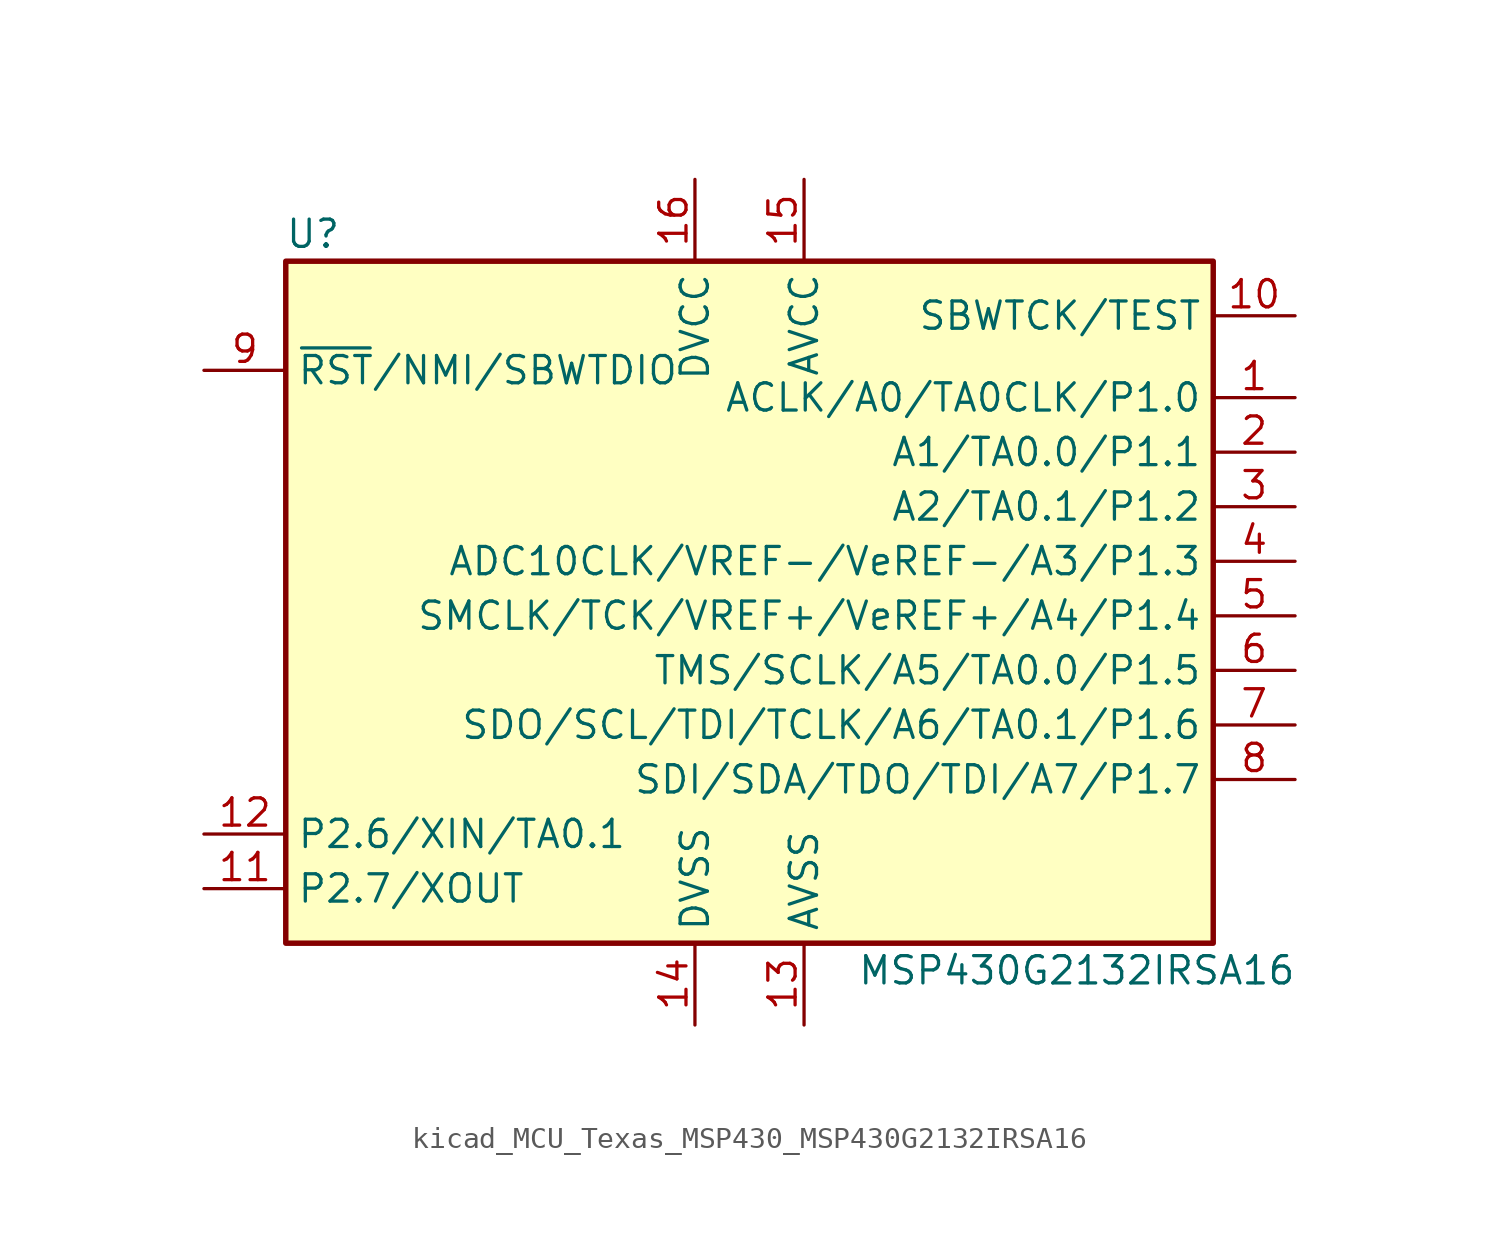
<source format=kicad_sym>
(kicad_symbol_lib
  (version 20220914)
  (generator kicad_symbol_editor)
  (symbol "kicad_MCU_Texas_MSP430_MSP430G2132IRSA16"
    (property "Reference" "U"
      (at -20.32 17.78 0)
      (effects (font (size 1.27 1.27))))
    (property "Value" "MSP430G2132IRSA16"
      (at 15.24 -16.51 0)
      (effects (font (size 1.27 1.27))))
    (symbol "kicad_MCU_Texas_MSP430_MSP430G2132IRSA16_0_1"
      (rectangle (start -21.59 16.51) (end 21.59 -15.24) (stroke (width 0.254) (type default)) (fill (type background))))
    (symbol "kicad_MCU_Texas_MSP430_MSP430G2132IRSA16_1_1"
      (pin bidirectional line (at 25.4 10.16 180) (length 3.81) (name "ACLK/A0/TA0CLK/P1.0" (effects (font (size 1.27 1.27)))) (number "1" (effects (font (size 1.27 1.27)))))
      (pin input line (at 25.4 13.97 180) (length 3.81) (name "SBWTCK/TEST" (effects (font (size 1.27 1.27)))) (number "10" (effects (font (size 1.27 1.27)))))
      (pin bidirectional line (at -25.4 -12.7 0) (length 3.81) (name "P2.7/XOUT" (effects (font (size 1.27 1.27)))) (number "11" (effects (font (size 1.27 1.27)))))
      (pin bidirectional line (at -25.4 -10.16 0) (length 3.81) (name "P2.6/XIN/TA0.1" (effects (font (size 1.27 1.27)))) (number "12" (effects (font (size 1.27 1.27)))))
      (pin power_in line (at 2.54 -19.05 90) (length 3.81) (name "AVSS" (effects (font (size 1.27 1.27)))) (number "13" (effects (font (size 1.27 1.27)))))
      (pin power_in line (at -2.54 -19.05 90) (length 3.81) (name "DVSS" (effects (font (size 1.27 1.27)))) (number "14" (effects (font (size 1.27 1.27)))))
      (pin power_in line (at 2.54 20.32 270) (length 3.81) (name "AVCC" (effects (font (size 1.27 1.27)))) (number "15" (effects (font (size 1.27 1.27)))))
      (pin power_in line (at -2.54 20.32 270) (length 3.81) (name "DVCC" (effects (font (size 1.27 1.27)))) (number "16" (effects (font (size 1.27 1.27)))))
      (pin bidirectional line (at 25.4 7.62 180) (length 3.81) (name "A1/TA0.0/P1.1" (effects (font (size 1.27 1.27)))) (number "2" (effects (font (size 1.27 1.27)))))
      (pin bidirectional line (at 25.4 5.08 180) (length 3.81) (name "A2/TA0.1/P1.2" (effects (font (size 1.27 1.27)))) (number "3" (effects (font (size 1.27 1.27)))))
      (pin bidirectional line (at 25.4 2.54 180) (length 3.81) (name "ADC10CLK/VREF-/VeREF-/A3/P1.3" (effects (font (size 1.27 1.27)))) (number "4" (effects (font (size 1.27 1.27)))))
      (pin bidirectional line (at 25.4 0 180) (length 3.81) (name "SMCLK/TCK/VREF+/VeREF+/A4/P1.4" (effects (font (size 1.27 1.27)))) (number "5" (effects (font (size 1.27 1.27)))))
      (pin bidirectional line (at 25.4 -2.54 180) (length 3.81) (name "TMS/SCLK/A5/TA0.0/P1.5" (effects (font (size 1.27 1.27)))) (number "6" (effects (font (size 1.27 1.27)))))
      (pin bidirectional line (at 25.4 -5.08 180) (length 3.81) (name "SDO/SCL/TDI/TCLK/A6/TA0.1/P1.6" (effects (font (size 1.27 1.27)))) (number "7" (effects (font (size 1.27 1.27)))))
      (pin bidirectional line (at 25.4 -7.62 180) (length 3.81) (name "SDI/SDA/TDO/TDI/A7/P1.7" (effects (font (size 1.27 1.27)))) (number "8" (effects (font (size 1.27 1.27)))))
      (pin input line (at -25.4 11.43 0) (length 3.81) (name "~{RST}/NMI/SBWTDIO" (effects (font (size 1.27 1.27)))) (number "9" (effects (font (size 1.27 1.27))))))))
</source>
